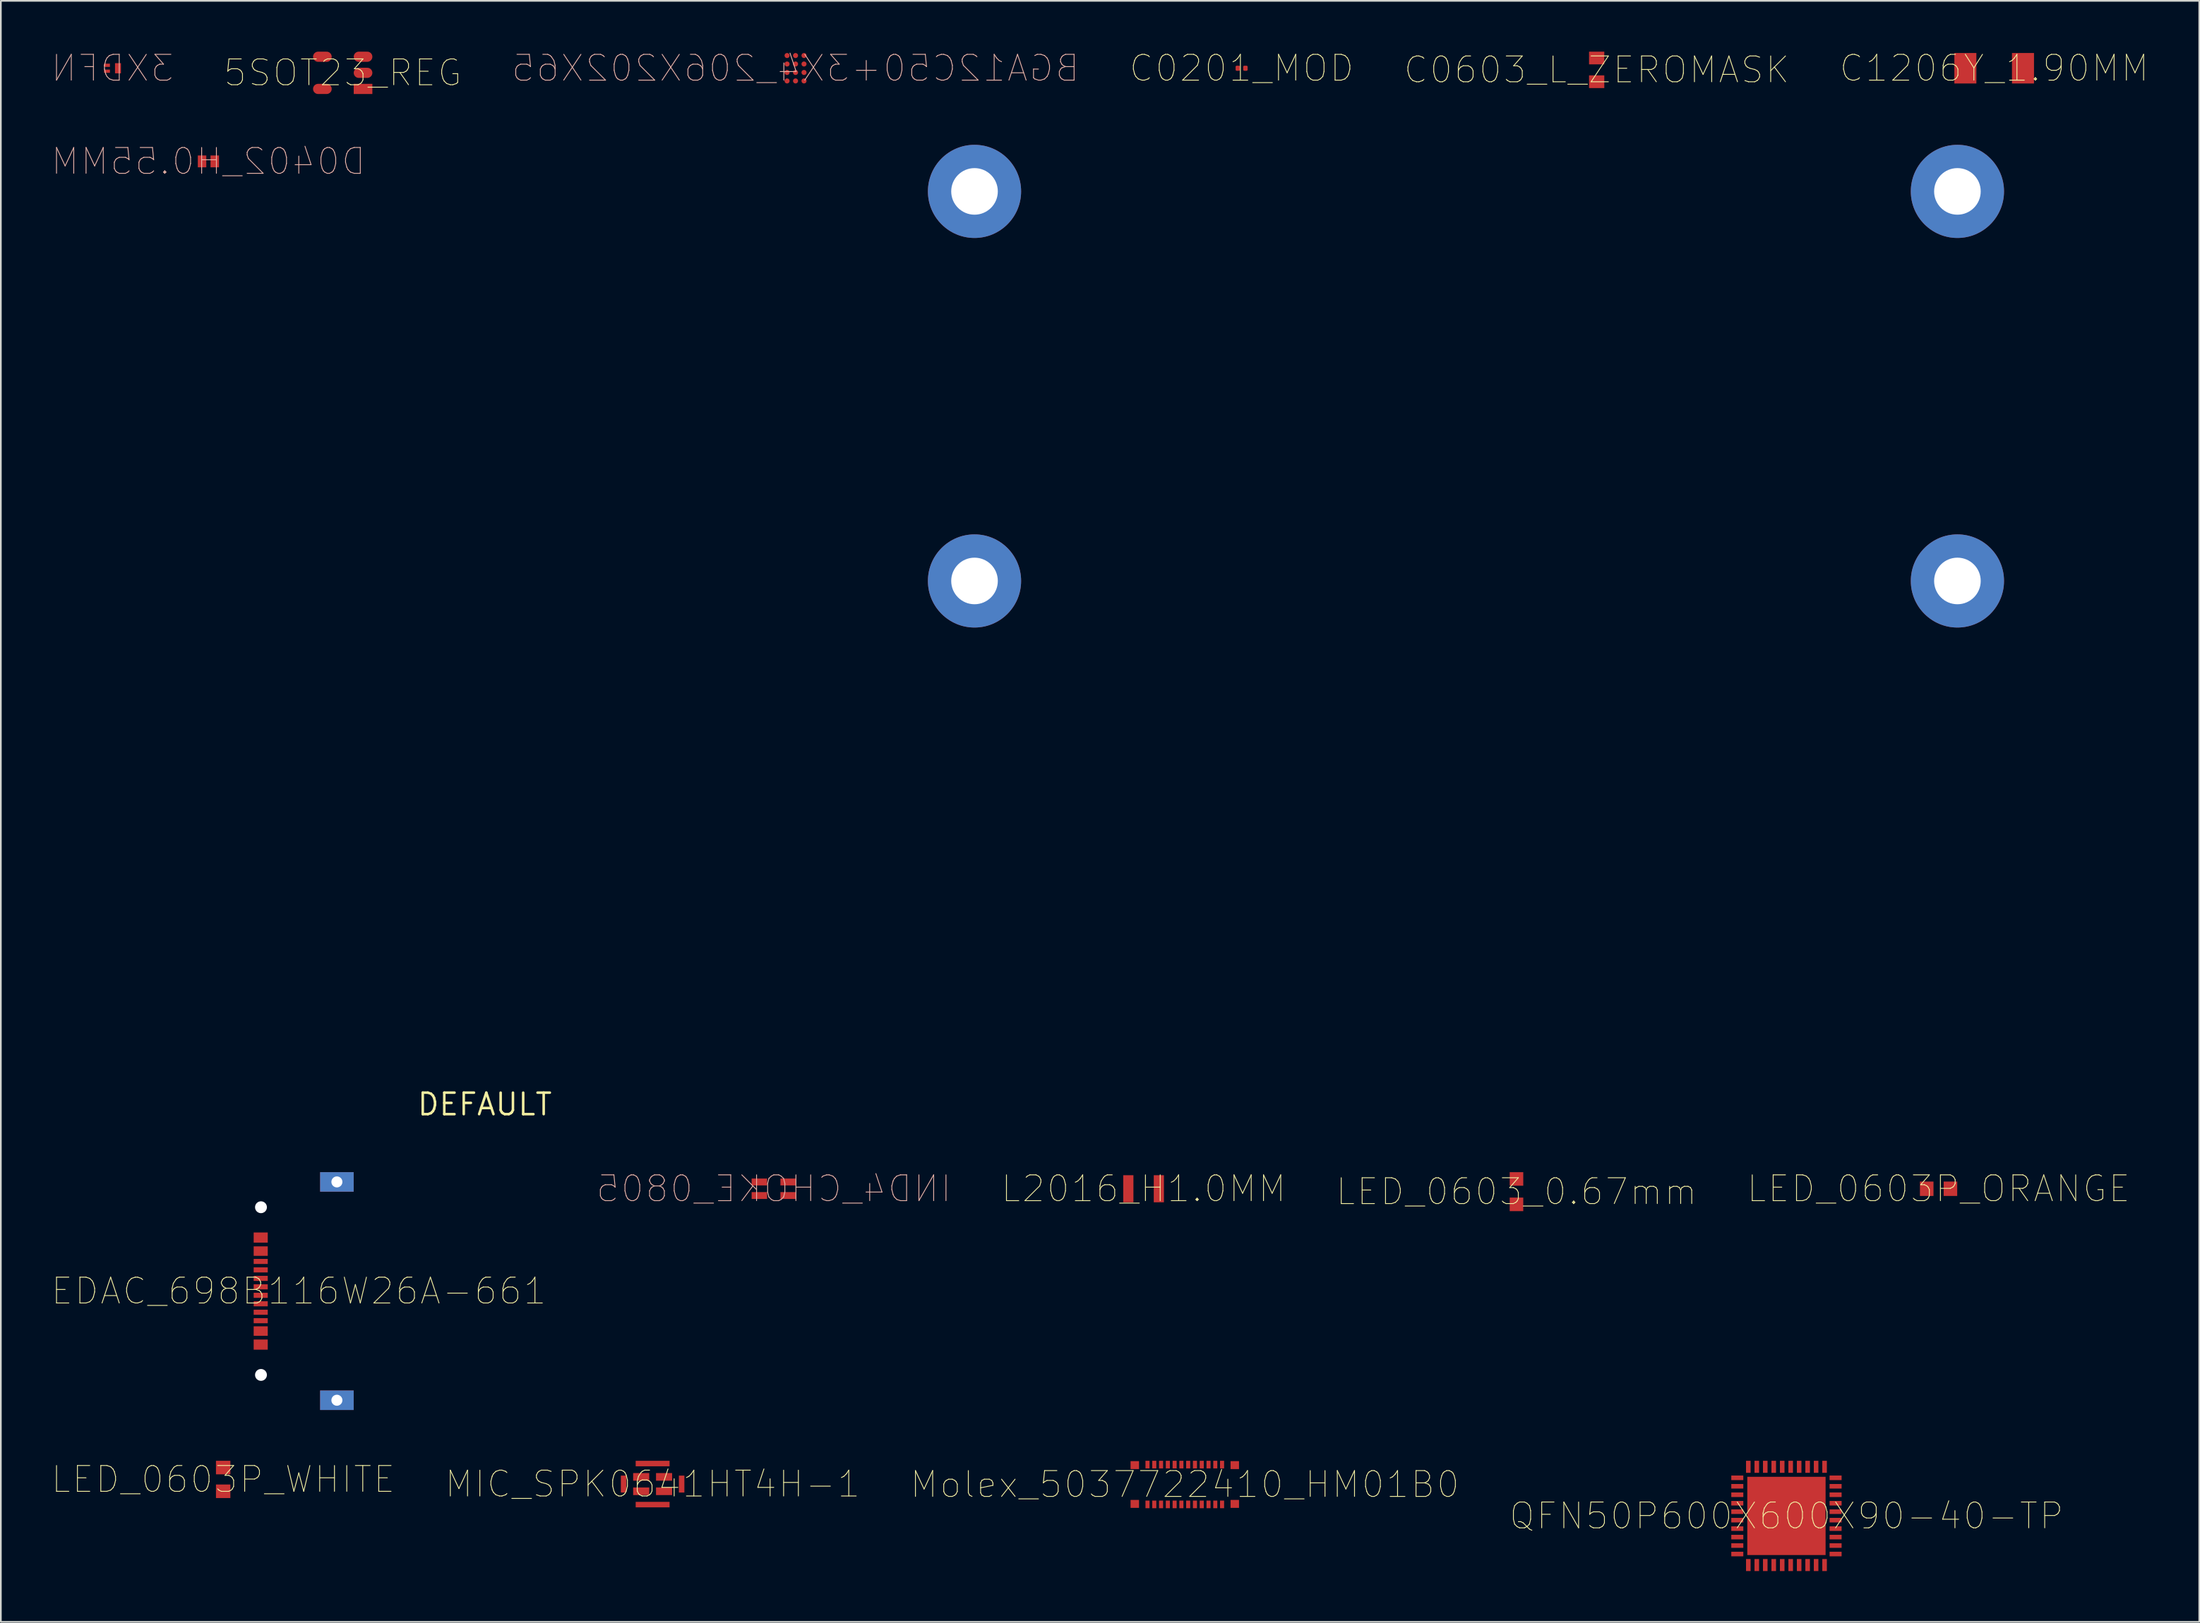
<source format=kicad_pcb>
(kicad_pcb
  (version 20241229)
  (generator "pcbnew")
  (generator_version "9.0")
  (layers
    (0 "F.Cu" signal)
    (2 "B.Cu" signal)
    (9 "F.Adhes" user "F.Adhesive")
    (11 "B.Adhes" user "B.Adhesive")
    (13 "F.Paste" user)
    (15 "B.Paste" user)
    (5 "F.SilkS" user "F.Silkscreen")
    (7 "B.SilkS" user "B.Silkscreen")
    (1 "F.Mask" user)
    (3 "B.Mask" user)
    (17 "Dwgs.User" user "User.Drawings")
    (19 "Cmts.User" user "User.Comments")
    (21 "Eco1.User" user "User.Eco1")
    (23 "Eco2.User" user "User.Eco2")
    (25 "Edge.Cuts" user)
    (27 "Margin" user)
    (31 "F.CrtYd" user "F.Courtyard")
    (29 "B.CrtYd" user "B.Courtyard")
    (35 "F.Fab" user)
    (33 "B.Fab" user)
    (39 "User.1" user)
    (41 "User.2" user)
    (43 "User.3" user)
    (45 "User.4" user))
  (footprint "C0603_L_ZEROMASK"
    (layer "F.Cu")
    (at 91.168 1.075)
    (property "Reference" "C0603_L_ZEROMASK" (at 0 0 0) (layer "F.SilkS") (effects (font (size 1.524 1.524) (thickness 0.05))))
    (attr smd)
    (pad "1" smd rect (at 0.00008 -0.7 270) (size 0.75 0.9) (layers "F.Cu"))
    (pad "2" smd rect (at 0.00008 0.7 270) (size 0.75 0.9) (layers "F.Cu")))
  (footprint "IND4_CHOKE_0805"
    (layer "F.Cu")
    (at 42.61 67.135)
    (property "Reference" "IND4_CHOKE_0805" (at 0 0 0) (layer "B.SilkS") (effects (font (size 1.524 1.524) (thickness 0.05)) (justify mirror)))
    (attr smd)
    (pad "1" smd rect (at 0.85 -0.4 180) (size 0.914 0.406) (layers "F.Cu"))
    (pad "2" smd rect (at -0.85 -0.4 180) (size 0.914 0.406) (layers "F.Cu"))
    (pad "3" smd rect (at -0.85 0.4 180) (size 0.914 0.406) (layers "F.Cu"))
    (pad "4" smd rect (at 0.85 0.4 180) (size 0.914 0.406) (layers "F.Cu")))
  (footprint "5SOT23_REG"
    (layer "F.Cu")
    (at 17.173 1.25)
    (property "Reference" "5SOT23_REG" (at 0 0 0) (layer "F.SilkS") (effects (font (size 1.524 1.524) (thickness 0.05))))
    (attr smd)
    (pad "1" smd rect (at 1.2 0.95 270) (size 0.6 1.1) (layers "F.Cu"))
    (pad "2" smd oval (at 1.2 0 270) (size 0.6 1.1) (layers "F.Cu"))
    (pad "3" smd oval (at 1.2 -0.95 270) (size 0.6 1.1) (layers "F.Cu"))
    (pad "4" smd oval (at -1.2 -0.95 270) (size 0.6 1.1) (layers "F.Cu"))
    (pad "5" smd oval (at -1.2 0.95 270) (size 0.6 1.1) (layers "F.Cu")))
  (footprint "D0402_H0.55MM"
    (layer "F.Cu")
    (at 9.248 6.479)
    (property "Reference" "D0402_H0.55MM" (at 0 0 0) (layer "B.SilkS") (effects (font (size 1.524 1.524) (thickness 0.05)) (justify mirror)))
    (attr smd)
    (pad "A" smd rect (at -0.375 0) (size 0.5 0.7) (layers "F.Cu"))
    (pad "K" smd rect (at 0.375 0) (size 0.5 0.7) (layers "F.Cu")))
  (footprint "C0201_MOD"
    (layer "F.Cu")
    (at 70.216 0.979)
    (property "Reference" "C0201_MOD" (at 0 0 0) (layer "F.SilkS") (effects (font (size 1.524 1.524) (thickness 0.05))))
    (attr smd)
    (pad "1" smd roundrect (at -0.225 0 90) (size 0.3 0.26) (layers "F.Cu") (roundrect_rratio 0.25))
    (pad "2" smd roundrect (at 0.225 0 90) (size 0.3 0.26) (layers "F.Cu") (roundrect_rratio 0.25)))
  (footprint "L2016_H1.0MM"
    (layer "F.Cu")
    (at 64.432 67.135)
    (property "Reference" "L2016_H1.0MM" (at 0 0 0) (layer "F.SilkS") (effects (font (size 1.524 1.524) (thickness 0.05))))
    (attr smd)
    (pad "1" smd rect (at -0.9 0) (size 0.6 1.6) (layers "F.Cu"))
    (pad "2" smd rect (at 0.9 0) (size 0.6 1.6) (layers "F.Cu")))
  (footprint "LED_0603_0.67mm"
    (layer "F.Cu")
    (at 86.436 67.306)
    (property "Reference" "LED_0603_0.67mm" (at 0 0 0) (layer "F.SilkS") (effects (font (size 1.524 1.524) (thickness 0.05))))
    (attr smd)
    (pad "A" smd rect (at 0 -0.75 90) (size 0.8 0.8) (layers "F.Cu"))
    (pad "K" smd rect (at 0 0.75 90) (size 0.8 0.8) (layers "F.Cu")))
  (footprint "3XDFN"
    (layer "F.Cu")
    (at 3.587 0.979)
    (property "Reference" "3XDFN" (at 0 0 0) (layer "B.SilkS") (effects (font (size 1.524 1.524) (thickness 0.05)) (justify mirror)))
    (attr smd)
    (pad "1" smd rect (at -0.325 -0.175 270) (size 0.191 0.35) (layers "F.Cu"))
    (pad "2" smd rect (at -0.325 0.175 270) (size 0.191 0.35) (layers "F.Cu"))
    (pad "3" smd rect (at 0.325 0 180) (size 0.35 0.6) (layers "F.Cu")))
  (footprint "QFN50P600X600X90-40-TP"
    (layer "F.Cu")
    (at 102.366 86.451)
    (property "Reference" "QFN50P600X600X90-40-TP" (at 0 0 0) (layer "F.SilkS") (effects (font (size 1.524 1.524) (thickness 0.05))))
    (attr smd)
    (pad "1" smd rect (at -2.9 -2.25 90) (size 0.27 0.71) (layers "F.Cu"))
    (pad "2" smd rect (at -2.9 -1.75 90) (size 0.27 0.71) (layers "F.Cu"))
    (pad "3" smd rect (at -2.9 -1.25 90) (size 0.27 0.71) (layers "F.Cu"))
    (pad "4" smd rect (at -2.9 -0.75 90) (size 0.27 0.71) (layers "F.Cu"))
    (pad "5" smd rect (at -2.9 -0.25 90) (size 0.27 0.71) (layers "F.Cu"))
    (pad "6" smd rect (at -2.9 0.25 90) (size 0.27 0.71) (layers "F.Cu"))
    (pad "7" smd rect (at -2.9 0.75 90) (size 0.27 0.71) (layers "F.Cu"))
    (pad "8" smd rect (at -2.9 1.25 90) (size 0.27 0.71) (layers "F.Cu"))
    (pad "9" smd rect (at -2.9 1.75 90) (size 0.27 0.71) (layers "F.Cu"))
    (pad "10" smd rect (at -2.9 2.25 90) (size 0.27 0.71) (layers "F.Cu"))
    (pad "11" smd rect (at -2.25 2.9) (size 0.27 0.71) (layers "F.Cu"))
    (pad "12" smd rect (at -1.75 2.9) (size 0.27 0.71) (layers "F.Cu"))
    (pad "13" smd rect (at -1.25 2.9) (size 0.27 0.71) (layers "F.Cu"))
    (pad "14" smd rect (at -0.75 2.9) (size 0.27 0.71) (layers "F.Cu"))
    (pad "15" smd rect (at -0.25 2.9) (size 0.27 0.71) (layers "F.Cu"))
    (pad "16" smd rect (at 0.25 2.9) (size 0.27 0.71) (layers "F.Cu"))
    (pad "17" smd rect (at 0.75 2.9) (size 0.27 0.71) (layers "F.Cu"))
    (pad "18" smd rect (at 1.25 2.9) (size 0.27 0.71) (layers "F.Cu"))
    (pad "19" smd rect (at 1.75 2.9) (size 0.27 0.71) (layers "F.Cu"))
    (pad "20" smd rect (at 2.25 2.9) (size 0.27 0.71) (layers "F.Cu"))
    (pad "21" smd rect (at 2.9 2.25 90) (size 0.27 0.71) (layers "F.Cu"))
    (pad "22" smd rect (at 2.9 1.75 90) (size 0.27 0.71) (layers "F.Cu"))
    (pad "23" smd rect (at 2.9 1.25 90) (size 0.27 0.71) (layers "F.Cu"))
    (pad "24" smd rect (at 2.9 0.75 90) (size 0.27 0.71) (layers "F.Cu"))
    (pad "25" smd rect (at 2.9 0.25 90) (size 0.27 0.71) (layers "F.Cu"))
    (pad "26" smd rect (at 2.9 -0.25 90) (size 0.27 0.71) (layers "F.Cu"))
    (pad "27" smd rect (at 2.9 -0.75 90) (size 0.27 0.71) (layers "F.Cu"))
    (pad "28" smd rect (at 2.9 -1.25 90) (size 0.27 0.71) (layers "F.Cu"))
    (pad "29" smd rect (at 2.9 -1.75 90) (size 0.27 0.71) (layers "F.Cu"))
    (pad "30" smd rect (at 2.9 -2.25 90) (size 0.27 0.71) (layers "F.Cu"))
    (pad "31" smd rect (at 2.25 -2.9) (size 0.27 0.71) (layers "F.Cu"))
    (pad "32" smd rect (at 1.75 -2.9) (size 0.27 0.71) (layers "F.Cu"))
    (pad "33" smd rect (at 1.25 -2.9) (size 0.27 0.71) (layers "F.Cu"))
    (pad "34" smd rect (at 0.75 -2.9) (size 0.27 0.71) (layers "F.Cu"))
    (pad "35" smd rect (at 0.25 -2.9) (size 0.27 0.71) (layers "F.Cu"))
    (pad "36" smd rect (at -0.25 -2.9) (size 0.27 0.71) (layers "F.Cu"))
    (pad "37" smd rect (at -0.75 -2.9) (size 0.27 0.71) (layers "F.Cu"))
    (pad "38" smd rect (at -1.25 -2.9) (size 0.27 0.71) (layers "F.Cu"))
    (pad "39" smd rect (at -1.75 -2.9) (size 0.27 0.71) (layers "F.Cu"))
    (pad "40" smd rect (at -2.25 -2.9) (size 0.27 0.71) (layers "F.Cu"))
    (pad "41" smd rect (at 0 0) (size 4.62 4.62) (layers "F.Cu")))
  (footprint "C1206Y_1.90MM"
    (layer "F.Cu")
    (at 114.624 0.979)
    (property "Reference" "C1206Y_1.90MM" (at 0 0 0) (layer "F.SilkS") (effects (font (size 1.524 1.524) (thickness 0.05))))
    (attr smd)
    (pad "1" smd rect (at -1.7 0) (size 1.3 1.8) (layers "F.Cu"))
    (pad "2" smd rect (at 1.7 0) (size 1.3 1.8) (layers "F.Cu")))
  (footprint "Molex_5037722410_HM01B0"
    (layer "F.Cu")
    (at 66.863 84.596)
    (property "Reference" "Molex_5037722410_HM01B0" (at 0 0 0) (layer "F.SilkS") (effects (font (size 1.524 1.524) (thickness 0.05))))
    (attr smd)
    (pad "1" smd rect (at -2.2 -1.175) (size 0.24 0.45) (layers "F.Cu"))
    (pad "2" smd rect (at -1.8 -1.175) (size 0.24 0.45) (layers "F.Cu"))
    (pad "3" smd rect (at -1.4 -1.175) (size 0.24 0.45) (layers "F.Cu"))
    (pad "4" smd rect (at -1 -1.175) (size 0.24 0.45) (layers "F.Cu"))
    (pad "5" smd rect (at -0.6 -1.175) (size 0.24 0.45) (layers "F.Cu"))
    (pad "6" smd rect (at -0.2 -1.175) (size 0.24 0.45) (layers "F.Cu"))
    (pad "7" smd rect (at 0.2 -1.175) (size 0.24 0.45) (layers "F.Cu"))
    (pad "8" smd rect (at 0.6 -1.175) (size 0.24 0.45) (layers "F.Cu"))
    (pad "9" smd rect (at 1 -1.175) (size 0.24 0.45) (layers "F.Cu"))
    (pad "10" smd rect (at 1.4 -1.175) (size 0.24 0.45) (layers "F.Cu"))
    (pad "11" smd rect (at 1.8 -1.175) (size 0.24 0.45) (layers "F.Cu"))
    (pad "12" smd rect (at 2.2 -1.175) (size 0.24 0.45) (layers "F.Cu"))
    (pad "13" smd rect (at 2.2 1.175) (size 0.24 0.45) (layers "F.Cu"))
    (pad "14" smd rect (at 1.8 1.175) (size 0.24 0.45) (layers "F.Cu"))
    (pad "15" smd rect (at 1.4 1.175) (size 0.24 0.45) (layers "F.Cu"))
    (pad "16" smd rect (at 1 1.175) (size 0.24 0.45) (layers "F.Cu"))
    (pad "17" smd rect (at 0.6 1.175) (size 0.24 0.45) (layers "F.Cu"))
    (pad "18" smd rect (at 0.2 1.175) (size 0.24 0.45) (layers "F.Cu"))
    (pad "19" smd rect (at -0.2 1.175) (size 0.24 0.45) (layers "F.Cu"))
    (pad "20" smd rect (at -0.6 1.175) (size 0.24 0.45) (layers "F.Cu"))
    (pad "21" smd rect (at -1 1.175) (size 0.24 0.45) (layers "F.Cu"))
    (pad "22" smd rect (at -1.4 1.175) (size 0.24 0.45) (layers "F.Cu"))
    (pad "23" smd rect (at -1.8 1.175) (size 0.24 0.45) (layers "F.Cu"))
    (pad "24" smd rect (at -2.2 1.175) (size 0.24 0.45) (layers "F.Cu"))
    (pad "MH1" smd rect (at -2.95 1.145) (size 0.5 0.47) (layers "F.Cu"))
    (pad "MH2" smd rect (at -2.95 -1.145) (size 0.5 0.47) (layers "F.Cu"))
    (pad "MH3" smd rect (at 2.95 1.145) (size 0.5 0.47) (layers "F.Cu"))
    (pad "MH4" smd rect (at 2.95 -1.145) (size 0.5 0.47) (layers "F.Cu")))
  (footprint "LED_0603P_ORANGE"
    (layer "F.Cu")
    (at 111.343 67.135)
    (property "Reference" "LED_0603P_ORANGE" (at 0 0 0) (layer "F.SilkS") (effects (font (size 1.524 1.524) (thickness 0.05))))
    (attr smd)
    (pad "1" smd rect (at 0.7 0 270) (size 0.85 0.8) (layers "F.Cu"))
    (pad "2" smd rect (at -0.7 0 270) (size 0.85 0.8) (layers "F.Cu")))
  (footprint "EDAC_698B116W26A-661"
    (layer "F.Cu")
    (at 14.582 73.176)
    (property "Reference" "EDAC_698B116W26A-661" (at 0 0 0) (layer "F.SilkS") (effects (font (size 1.524 1.524) (thickness 0.05))))
    (attr smd)
    (pad "" np_thru_hole circle (at -2.232 -4.95 90) (size 0.7 0.7) (drill 0.7) (layers "*.Cu"))
    (pad "" np_thru_hole circle (at -2.232 4.95 90) (size 0.7 0.7) (drill 0.7) (layers "*.Cu"))
    (pad "1" smd rect (at -2.248 3.16 90) (size 0.6 0.83) (layers "F.Cu"))
    (pad "2" smd rect (at -2.248 2.36 90) (size 0.56 0.83) (layers "F.Cu"))
    (pad "3" smd rect (at -2.248 1.75 90) (size 0.3 0.83) (layers "F.Cu"))
    (pad "4" smd rect (at -2.248 1.25 90) (size 0.3 0.83) (layers "F.Cu"))
    (pad "5" smd rect (at -2.248 0.75 90) (size 0.3 0.83) (layers "F.Cu"))
    (pad "6" smd rect (at -2.248 0.25 90) (size 0.3 0.83) (layers "F.Cu"))
    (pad "7" smd rect (at -2.248 -0.25 90) (size 0.3 0.83) (layers "F.Cu"))
    (pad "8" smd rect (at -2.248 -0.75 90) (size 0.3 0.83) (layers "F.Cu"))
    (pad "9" smd rect (at -2.248 -1.25 90) (size 0.3 0.83) (layers "F.Cu"))
    (pad "10" smd rect (at -2.248 -1.75 90) (size 0.3 0.83) (layers "F.Cu"))
    (pad "11" smd rect (at -2.248 -2.36 90) (size 0.56 0.83) (layers "F.Cu"))
    (pad "12" smd rect (at -2.248 -3.16 90) (size 0.6 0.83) (layers "F.Cu"))
    (pad "SH1" thru_hole rect (at 2.248 6.445 180) (size 1.98 1.15) (drill 0.65) (layers "*.Cu"))
    (pad "SH2" thru_hole rect (at 2.248 -6.445 180) (size 1.98 1.15) (drill 0.65) (layers "*.Cu")))
  (footprint "MIC_SPK0641HT4H-1"
    (layer "F.Cu")
    (at 35.461 84.571)
    (property "Reference" "MIC_SPK0641HT4H-1" (at 0 0 0) (layer "F.SilkS") (effects (font (size 1.524 1.524) (thickness 0.05))))
    (attr smd)
    (pad "1" smd rect (at -0.675 -0.425 270) (size 0.45 0.95) (layers "F.Cu"))
    (pad "2" smd rect (at 0.675 -0.425 270) (size 0.45 0.95) (layers "F.Cu"))
    (pad "3" smd rect (at 0.675 0.425 270) (size 0.45 0.95) (layers "F.Cu"))
    (pad "4" smd rect (at -0.675 0.425 270) (size 0.45 0.95) (layers "F.Cu"))
    (pad "5" smd rect (at -1.713 0 270) (size 1 0.325) (layers "F.Cu"))
    (pad "6" smd rect (at 0 -1.212 270) (size 0.325 2) (layers "F.Cu"))
    (pad "7" smd rect (at 1.712 0 270) (size 1 0.325) (layers "F.Cu"))
    (pad "8" smd rect (at 0 1.212 270) (size 0.325 2) (layers "F.Cu")))
  (footprint "DEFAULT"
    (layer "F.Cu")
    (at 25.555 62.15)
    (property "Reference" "DEFAULT" (at 0 0 0) (layer "F.SilkS") (effects (font (size 1.27 1.27) (thickness 0.15))))
    (attr smd)
    (pad "6" thru_hole circle (at 28.9 -53.9) (size 5.5 5.5) (drill 2.75) (layers "*.Cu"))
    (pad "6" thru_hole circle (at 28.9 -30.9) (size 5.5 5.5) (drill 2.75) (layers "*.Cu"))
    (pad "6" thru_hole circle (at 86.9 -53.9) (size 5.5 5.5) (drill 2.75) (layers "*.Cu"))
    (pad "6" thru_hole circle (at 86.9 -30.9) (size 5.5 5.5) (drill 2.75) (layers "*.Cu")))
  (footprint "LED_0603P_WHITE"
    (layer "F.Cu")
    (at 10.119 84.296)
    (property "Reference" "LED_0603P_WHITE" (at 0 0 0) (layer "F.SilkS") (effects (font (size 1.524 1.524) (thickness 0.05))))
    (attr smd)
    (pad "1" smd rect (at 0 0.7 180) (size 0.85 0.8) (layers "F.Cu"))
    (pad "2" smd rect (at 0 -0.7 180) (size 0.85 0.8) (layers "F.Cu")))
  (footprint "BGA12C50+3X4_206X202X65"
    (layer "F.Cu")
    (at 43.894 0.979)
    (property "Reference" "BGA12C50+3X4_206X202X65" (at 0 0 0) (layer "B.SilkS") (effects (font (size 1.524 1.524) (thickness 0.05)) (justify mirror)))
    (attr smd)
    (pad "A1" smd circle (at -0.5 0.75 270) (size 0.3 0.3) (layers "F.Cu"))
    (pad "A2" smd circle (at -0.5 0.25 270) (size 0.3 0.3) (layers "F.Cu"))
    (pad "A3" smd circle (at -0.5 -0.25 270) (size 0.3 0.3) (layers "F.Cu"))
    (pad "A4" smd circle (at -0.5 -0.75 270) (size 0.3 0.3) (layers "F.Cu"))
    (pad "B1" smd circle (at 0 0.75 270) (size 0.3 0.3) (layers "F.Cu"))
    (pad "B2" smd circle (at 0 0.25 270) (size 0.3 0.3) (layers "F.Cu"))
    (pad "B3" smd circle (at 0 -0.25 270) (size 0.3 0.3) (layers "F.Cu"))
    (pad "B4" smd circle (at 0 -0.75 270) (size 0.3 0.3) (layers "F.Cu"))
    (pad "C1" smd circle (at 0.5 0.75 270) (size 0.3 0.3) (layers "F.Cu"))
    (pad "C2" smd circle (at 0.5 0.25 270) (size 0.3 0.3) (layers "F.Cu"))
    (pad "C3" smd circle (at 0.5 -0.25 270) (size 0.3 0.3) (layers "F.Cu"))
    (pad "C4" smd circle (at 0.5 -0.75 270) (size 0.3 0.3) (layers "F.Cu")))
  (gr_rect
    (start -3 -3)
    (end 126.727 92.706)
    (stroke (width 0.1) (type default))
    (fill no)
    (layer "Edge.Cuts")))
</source>
